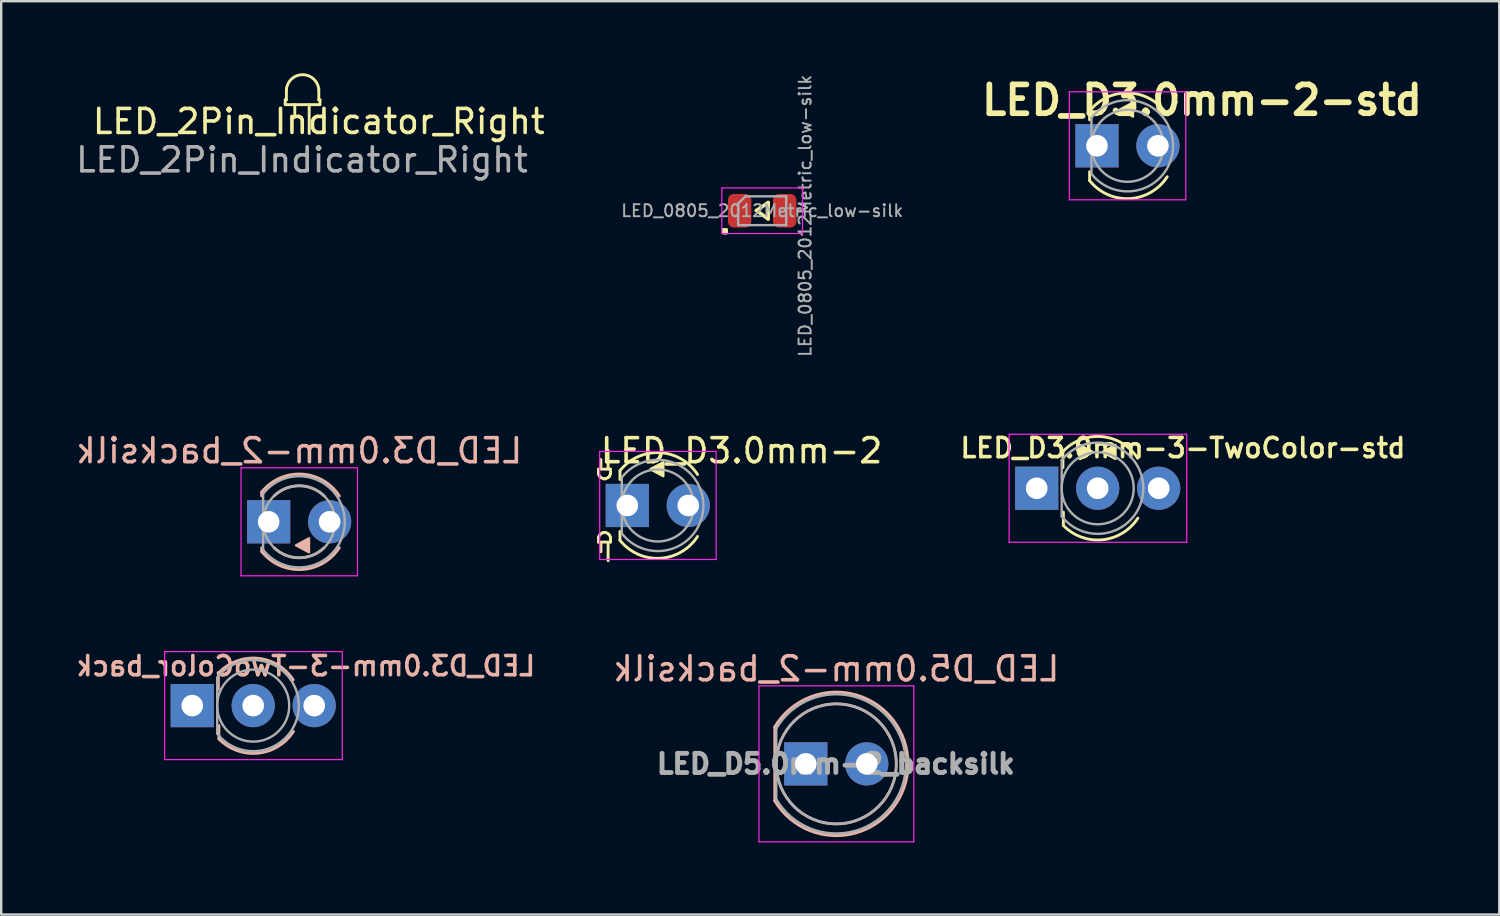
<source format=kicad_pcb>
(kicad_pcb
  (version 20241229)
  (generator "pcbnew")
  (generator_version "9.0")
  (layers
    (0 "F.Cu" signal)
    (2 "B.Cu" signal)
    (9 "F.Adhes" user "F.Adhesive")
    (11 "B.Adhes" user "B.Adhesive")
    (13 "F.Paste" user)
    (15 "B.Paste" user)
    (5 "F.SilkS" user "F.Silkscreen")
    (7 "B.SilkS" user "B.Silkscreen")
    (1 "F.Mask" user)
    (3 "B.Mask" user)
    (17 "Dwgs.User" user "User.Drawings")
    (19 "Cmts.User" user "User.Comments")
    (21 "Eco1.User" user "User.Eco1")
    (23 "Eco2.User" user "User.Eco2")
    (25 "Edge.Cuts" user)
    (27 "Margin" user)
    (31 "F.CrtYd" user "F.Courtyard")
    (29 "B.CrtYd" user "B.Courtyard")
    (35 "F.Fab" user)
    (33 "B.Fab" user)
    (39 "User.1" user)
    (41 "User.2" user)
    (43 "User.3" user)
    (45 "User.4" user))
  (footprint "LED_2Pin_Indicator_Right"
    (layer "F.Cu")
    (at 9.53 1.11)
    (property "Reference" "LED_2Pin_Indicator_Right" (at 0.7 0.9 0) (unlocked yes) (layer "F.SilkS") (effects (font (size 1 1) (thickness 0.15))))
    (fp_line (start -0.7 0.2) (end -0.7 0) (stroke (width 0.12) (type solid)) (layer "F.SilkS"))
    (fp_line (start -0.65 0) (end -0.7 0) (stroke (width 0.12) (type solid)) (layer "F.SilkS"))
    (fp_line (start -0.65 0) (end -0.65 -0.427) (stroke (width 0.12) (type solid)) (layer "F.SilkS"))
    (fp_line (start -0.65 0.2) (end 0.7 0.2) (stroke (width 0.12) (type solid)) (layer "F.SilkS"))
    (fp_line (start -0.3 0.2) (end -0.3 0.6) (stroke (width 0.12) (type solid)) (layer "F.SilkS"))
    (fp_line (start 0.3 1.4) (end 0.3 0.2) (stroke (width 0.12) (type solid)) (layer "F.SilkS"))
    (fp_line (start 0.7 0) (end 0.7 -0.427) (stroke (width 0.12) (type solid)) (layer "F.SilkS"))
    (fp_line (start 0.75 0) (end 0.7 0) (stroke (width 0.12) (type solid)) (layer "F.SilkS"))
    (fp_line (start 0.75 0.2) (end 0.75 0) (stroke (width 0.12) (type solid)) (layer "F.SilkS"))
    (fp_arc (start -0.65 -0.427128) (mid 0.025 -1.05) (end 0.7 -0.427128) (stroke (width 0.12) (type solid)) (layer "F.SilkS"))
    (fp_text user "${REFERENCE}" (at 0 2.5 0) (unlocked yes) (layer "F.Fab") (effects (font (size 1 1) (thickness 0.15)))))
  (footprint "LED_D3.0mm-2_backsilk"
    (layer "F.Cu")
    (at 8.141 18.686)
    (property "Reference" "LED_D3.0mm-2_backsilk" (at 1.27 -2.96 0) (layer "B.SilkS") (effects (font (size 1 1) (thickness 0.15)) (justify mirror)))
    (attr through_hole)
    (fp_line (start -0.29 -1.236) (end -0.29 -1.08) (stroke (width 0.12) (type solid)) (layer "B.SilkS"))
    (fp_line (start -0.29 1.08) (end -0.29 1.236) (stroke (width 0.12) (type solid)) (layer "B.SilkS"))
    (fp_arc (start -0.29 -1.235516) (mid 1.366487 -1.987659) (end 2.942335 -1.078608) (stroke (width 0.12) (type solid)) (layer "B.SilkS"))
    (fp_arc (start 0.229039 -1.08) (mid 1.270117 -1.5) (end 2.31113 -1.079837) (stroke (width 0.12) (type solid)) (layer "B.SilkS"))
    (fp_arc (start 2.31113 1.079837) (mid 1.270117 1.5) (end 0.229039 1.08) (stroke (width 0.12) (type solid)) (layer "B.SilkS"))
    (fp_arc (start 2.942335 1.078608) (mid 1.366487 1.987659) (end -0.29 1.235516) (stroke (width 0.12) (type solid)) (layer "B.SilkS"))
    (fp_poly (pts (xy 1.68 1.27) (xy 1.14 0.98) (xy 1.68 0.69)) (stroke (width 0.1) (type solid)) (fill yes) (layer "B.SilkS"))
    (fp_line (start -1.15 -2.25) (end -1.15 2.25) (stroke (width 0.05) (type solid)) (layer "F.CrtYd"))
    (fp_line (start -1.15 2.25) (end 3.7 2.25) (stroke (width 0.05) (type solid)) (layer "F.CrtYd"))
    (fp_line (start 3.7 -2.25) (end -1.15 -2.25) (stroke (width 0.05) (type solid)) (layer "F.CrtYd"))
    (fp_line (start 3.7 2.25) (end 3.7 -2.25) (stroke (width 0.05) (type solid)) (layer "F.CrtYd"))
    (fp_line (start -0.23 -1.166) (end -0.23 1.166) (stroke (width 0.1) (type solid)) (layer "F.Fab"))
    (fp_arc (start -0.23 -1.16619) (mid 3.17 0.000452) (end -0.230555 1.165476) (stroke (width 0.1) (type solid)) (layer "F.Fab"))
    (fp_circle (center 1.27 0) (end 2.77 0) (stroke (width 0.1) (type solid)) (fill no) (layer "F.Fab"))
    (pad "1" thru_hole rect (at 0 0) (size 1.8 1.8) (drill 0.9) (layers "*.Cu" "*.Mask"))
    (pad "2" thru_hole circle (at 2.54 0) (size 1.8 1.8) (drill 0.9) (layers "*.Cu" "*.Mask")))
  (footprint "LED_D3.0mm-3-TwoColor_back"
    (layer "F.Cu")
    (at 4.958 26.343)
    (property "Reference" "LED_D3.0mm-3-TwoColor_back" (at 4.73 -1.65 0) (layer "B.SilkS") (effects (font (size 0.8 0.8) (thickness 0.15)) (justify mirror)))
    (attr through_hole)
    (fp_line (start 1.09 -1.35) (end 1.09 -0.684) (stroke (width 0.12) (type solid)) (layer "B.SilkS"))
    (fp_line (start 1.11 0.83) (end 1.11 1.386) (stroke (width 0.12) (type solid)) (layer "B.SilkS"))
    (fp_arc (start 1.09 -1.35) (mid 2.71455 -1.973457) (end 4.204447 -1.074531) (stroke (width 0.12) (type solid)) (layer "B.SilkS"))
    (fp_arc (start 4.214042 1.078647) (mid 2.736228 1.981764) (end 1.11 1.386) (stroke (width 0.12) (type solid)) (layer "B.SilkS"))
    (fp_line (start -1.15 -2.25) (end -1.15 2.25) (stroke (width 0.05) (type solid)) (layer "F.CrtYd"))
    (fp_line (start -1.15 2.25) (end 6.25 2.25) (stroke (width 0.05) (type solid)) (layer "F.CrtYd"))
    (fp_line (start 6.25 -2.25) (end -1.15 -2.25) (stroke (width 0.05) (type solid)) (layer "F.CrtYd"))
    (fp_line (start 6.25 2.25) (end 6.25 -2.25) (stroke (width 0.05) (type solid)) (layer "F.CrtYd"))
    (fp_line (start 1.04 -1.166) (end 1.04 1.166) (stroke (width 0.1) (type solid)) (layer "F.Fab"))
    (fp_arc (start 1.04 -1.16619) (mid 4.44 0.000452) (end 1.039445 1.165476) (stroke (width 0.1) (type solid)) (layer "F.Fab"))
    (fp_circle (center 2.54 0) (end 4.04 0) (stroke (width 0.1) (type solid)) (fill no) (layer "F.Fab"))
    (pad "1" thru_hole rect (at 0 0) (size 1.8 1.8) (drill 0.9) (layers "*.Cu" "*.Mask"))
    (pad "2" thru_hole circle (at 2.54 0) (size 1.8 1.8) (drill 0.9) (layers "*.Cu" "*.Mask"))
    (pad "3" thru_hole circle (at 5.08 0) (size 1.8 1.8) (drill 0.9) (layers "*.Cu" "*.Mask")))
  (footprint "LED_0805_2012Metric_low-silk"
    (layer "F.Cu")
    (at 28.699 5.729)
    (property "Reference" "LED_0805_2012Metric_low-silk" (at 1.79 0.21 270) (layer "F.Fab") (effects (font (size 0.5 0.5) (thickness 0.08))))
    (attr smd)
    (fp_line (start -1.6 0.8) (end -1.6 0.91) (stroke (width 0.15) (type solid)) (layer "F.SilkS"))
    (fp_line (start -1.6 0.91) (end -1.5 0.91) (stroke (width 0.15) (type solid)) (layer "F.SilkS"))
    (fp_line (start -1.5 0.8) (end -1.6 0.8) (stroke (width 0.15) (type solid)) (layer "F.SilkS"))
    (fp_line (start -1.5 0.91) (end -1.5 0.8) (stroke (width 0.15) (type solid)) (layer "F.SilkS"))
    (fp_line (start -0.24 -0.01) (end 0.25 0.34) (stroke (width 0.15) (type solid)) (layer "F.SilkS"))
    (fp_line (start 0.25 -0.34) (end -0.24 -0.01) (stroke (width 0.15) (type solid)) (layer "F.SilkS"))
    (fp_line (start 0.25 0.34) (end 0.25 -0.34) (stroke (width 0.15) (type solid)) (layer "F.SilkS"))
    (fp_line (start -1.68 -0.95) (end 1.68 -0.95) (stroke (width 0.05) (type solid)) (layer "F.CrtYd"))
    (fp_line (start -1.68 0.95) (end -1.68 -0.95) (stroke (width 0.05) (type solid)) (layer "F.CrtYd"))
    (fp_line (start 1.68 -0.95) (end 1.68 0.95) (stroke (width 0.05) (type solid)) (layer "F.CrtYd"))
    (fp_line (start 1.68 0.95) (end -1.68 0.95) (stroke (width 0.05) (type solid)) (layer "F.CrtYd"))
    (fp_line (start -1 -0.3) (end -1 0.6) (stroke (width 0.1) (type solid)) (layer "F.Fab"))
    (fp_line (start -1 0.6) (end 1 0.6) (stroke (width 0.1) (type solid)) (layer "F.Fab"))
    (fp_line (start -0.7 -0.6) (end -1 -0.3) (stroke (width 0.1) (type solid)) (layer "F.Fab"))
    (fp_line (start 1 -0.6) (end -0.7 -0.6) (stroke (width 0.1) (type solid)) (layer "F.Fab"))
    (fp_line (start 1 0.6) (end 1 -0.6) (stroke (width 0.1) (type solid)) (layer "F.Fab"))
    (fp_text user "${REFERENCE}" (at 0 0 0) (layer "F.Fab") (effects (font (size 0.5 0.5) (thickness 0.08))))
    (pad "1" smd roundrect (at -0.938 0) (size 0.975 1.4) (layers "F.Cu" "F.Mask" "F.Paste") (roundrect_rratio 0.25))
    (pad "2" smd roundrect (at 0.938 0) (size 0.975 1.4) (layers "F.Cu" "F.Mask" "F.Paste") (roundrect_rratio 0.25)))
  (footprint "LED_D3.0mm-3-TwoColor-std"
    (layer "F.Cu")
    (at 40.136 17.289)
    (property "Reference" "LED_D3.0mm-3-TwoColor-std" (at 6.09 -1.68 0) (layer "F.SilkS") (effects (font (size 0.8 0.8) (thickness 0.15))))
    (attr through_hole)
    (fp_line (start 1.09 -1.527) (end 1.09 -0.861) (stroke (width 0.12) (type solid)) (layer "F.SilkS"))
    (fp_line (start 1.11 0.994) (end 1.11 1.55) (stroke (width 0.12) (type solid)) (layer "F.SilkS"))
    (fp_arc (start 1.09 -1.52658) (mid 2.714972 -2.15) (end 4.204906 -1.250399) (stroke (width 0.12) (type solid)) (layer "F.SilkS"))
    (fp_arc (start 4.213559 1.243397) (mid 2.735785 2.145809) (end 1.11 1.55) (stroke (width 0.12) (type solid)) (layer "F.SilkS"))
    (fp_poly (pts (xy 1.8 -1.216) (xy 2.34 -1.506) (xy 1.8 -1.796)) (stroke (width 0.1) (type solid)) (fill yes) (layer "F.SilkS"))
    (fp_poly (pts (xy 3.282 -1.221) (xy 2.742 -1.511) (xy 3.282 -1.801)) (stroke (width 0.1) (type solid)) (fill yes) (layer "F.SilkS"))
    (fp_line (start -1.15 -2.25) (end -1.15 2.25) (stroke (width 0.05) (type solid)) (layer "F.CrtYd"))
    (fp_line (start -1.15 2.25) (end 6.25 2.25) (stroke (width 0.05) (type solid)) (layer "F.CrtYd"))
    (fp_line (start 6.25 -2.25) (end -1.15 -2.25) (stroke (width 0.05) (type solid)) (layer "F.CrtYd"))
    (fp_line (start 6.25 2.25) (end 6.25 -2.25) (stroke (width 0.05) (type solid)) (layer "F.CrtYd"))
    (fp_line (start 1.04 -1.166) (end 1.04 1.166) (stroke (width 0.1) (type solid)) (layer "F.Fab"))
    (fp_arc (start 1.04 -1.16619) (mid 4.44 0.000452) (end 1.039445 1.165476) (stroke (width 0.1) (type solid)) (layer "F.Fab"))
    (fp_circle (center 2.54 0) (end 4.04 0) (stroke (width 0.1) (type solid)) (fill no) (layer "F.Fab"))
    (pad "1" thru_hole rect (at 0 0) (size 1.8 1.8) (drill 0.9) (layers "*.Cu" "*.Mask"))
    (pad "2" thru_hole circle (at 2.54 0) (size 1.8 1.8) (drill 0.9) (layers "*.Cu" "*.Mask"))
    (pad "3" thru_hole circle (at 5.08 0) (size 1.8 1.8) (drill 0.9) (layers "*.Cu" "*.Mask")))
  (footprint "LED_D3.0mm-2"
    (layer "F.Cu")
    (at 23.081 18.006)
    (property "Reference" "LED_D3.0mm-2" (at 4.76 -2.28 0) (layer "F.SilkS") (effects (font (size 1 1) (thickness 0.15))))
    (attr through_hole)
    (fp_line (start -1.2 -1.512) (end -0.7 -1.512) (stroke (width 0.12) (type solid)) (layer "F.SilkS"))
    (fp_line (start -1.2 -1.312) (end -1.2 -1.512) (stroke (width 0.12) (type solid)) (layer "F.SilkS"))
    (fp_line (start -1.2 1.325) (end -1.2 1.525) (stroke (width 0.12) (type solid)) (layer "F.SilkS"))
    (fp_line (start -1.2 1.525) (end -0.7 1.525) (stroke (width 0.12) (type solid)) (layer "F.SilkS"))
    (fp_line (start -1.15 -1.212) (end -1.2 -1.312) (stroke (width 0.12) (type solid)) (layer "F.SilkS"))
    (fp_line (start -1.15 1.225) (end -1.2 1.325) (stroke (width 0.12) (type solid)) (layer "F.SilkS"))
    (fp_line (start -1.1 -1.913) (end -1.1 -1.562) (stroke (width 0.12) (type solid)) (layer "F.SilkS"))
    (fp_line (start -1.1 -1.163) (end -1.15 -1.212) (stroke (width 0.12) (type solid)) (layer "F.SilkS"))
    (fp_line (start -1.1 1.175) (end -1.15 1.225) (stroke (width 0.12) (type solid)) (layer "F.SilkS"))
    (fp_line (start -1.1 1.925) (end -1.1 1.575) (stroke (width 0.12) (type solid)) (layer "F.SilkS"))
    (fp_line (start -1 -1.113) (end -1.1 -1.163) (stroke (width 0.12) (type solid)) (layer "F.SilkS"))
    (fp_line (start -1 1.125) (end -1.1 1.175) (stroke (width 0.12) (type solid)) (layer "F.SilkS"))
    (fp_line (start -0.95 -1.113) (end -1 -1.113) (stroke (width 0.12) (type solid)) (layer "F.SilkS"))
    (fp_line (start -0.95 -1.113) (end -0.9 -1.113) (stroke (width 0.12) (type solid)) (layer "F.SilkS"))
    (fp_line (start -0.95 1.125) (end -1 1.125) (stroke (width 0.12) (type solid)) (layer "F.SilkS"))
    (fp_line (start -0.95 1.125) (end -0.9 1.125) (stroke (width 0.12) (type solid)) (layer "F.SilkS"))
    (fp_line (start -0.9 -1.113) (end -0.8 -1.163) (stroke (width 0.12) (type solid)) (layer "F.SilkS"))
    (fp_line (start -0.9 1.125) (end -0.8 1.175) (stroke (width 0.12) (type solid)) (layer "F.SilkS"))
    (fp_line (start -0.8 -2.288) (end -0.8 -1.562) (stroke (width 0.12) (type solid)) (layer "F.SilkS"))
    (fp_line (start -0.8 -1.163) (end -0.75 -1.212) (stroke (width 0.12) (type solid)) (layer "F.SilkS"))
    (fp_line (start -0.8 1.175) (end -0.75 1.225) (stroke (width 0.12) (type solid)) (layer "F.SilkS"))
    (fp_line (start -0.8 2.3) (end -0.8 1.575) (stroke (width 0.12) (type solid)) (layer "F.SilkS"))
    (fp_line (start -0.75 -1.212) (end -0.7 -1.312) (stroke (width 0.12) (type solid)) (layer "F.SilkS"))
    (fp_line (start -0.75 1.225) (end -0.7 1.325) (stroke (width 0.12) (type solid)) (layer "F.SilkS"))
    (fp_line (start -0.7 -1.312) (end -0.7 -1.512) (stroke (width 0.12) (type solid)) (layer "F.SilkS"))
    (fp_line (start -0.7 1.325) (end -0.7 1.525) (stroke (width 0.12) (type solid)) (layer "F.SilkS"))
    (fp_line (start -0.306 -1.448) (end -0.306 -1.08) (stroke (width 0.12) (type solid)) (layer "F.SilkS"))
    (fp_line (start -0.306 1.08) (end -0.306 1.448) (stroke (width 0.12) (type solid)) (layer "F.SilkS"))
    (fp_arc (start -0.306487 -1.447857) (mid 1.35 -2.2) (end 2.925848 -1.290949) (stroke (width 0.12) (type solid)) (layer "F.SilkS"))
    (fp_arc (start 2.925848 1.290949) (mid 1.35 2.2) (end -0.306487 1.447857) (stroke (width 0.12) (type solid)) (layer "F.SilkS"))
    (fp_poly (pts (xy 1.5 -1.22) (xy 0.96 -1.51) (xy 1.5 -1.8)) (stroke (width 0.1) (type solid)) (fill yes) (layer "F.SilkS"))
    (fp_line (start -1.15 -2.25) (end -1.15 2.25) (stroke (width 0.05) (type solid)) (layer "F.CrtYd"))
    (fp_line (start -1.15 2.25) (end 3.7 2.25) (stroke (width 0.05) (type solid)) (layer "F.CrtYd"))
    (fp_line (start 3.7 -2.25) (end -1.15 -2.25) (stroke (width 0.05) (type solid)) (layer "F.CrtYd"))
    (fp_line (start 3.7 2.25) (end 3.7 -2.25) (stroke (width 0.05) (type solid)) (layer "F.CrtYd"))
    (fp_line (start -0.23 -1.166) (end -0.23 1.166) (stroke (width 0.1) (type solid)) (layer "F.Fab"))
    (fp_arc (start -0.23 -1.16619) (mid 3.17 0.000452) (end -0.230555 1.165476) (stroke (width 0.1) (type solid)) (layer "F.Fab"))
    (fp_circle (center 1.27 0) (end 2.77 0) (stroke (width 0.1) (type solid)) (fill no) (layer "F.Fab"))
    (pad "1" thru_hole rect (at 0 0) (size 1.8 1.8) (drill 0.9) (layers "*.Cu" "*.Mask"))
    (pad "2" thru_hole circle (at 2.54 0) (size 1.8 1.8) (drill 0.9) (layers "*.Cu" "*.Mask")))
  (footprint "LED_D5.0mm-2_backsilk"
    (layer "F.Cu")
    (at 30.516 28.77)
    (property "Reference" "LED_D5.0mm-2_backsilk" (at 1.27 -3.96 0) (layer "B.SilkS") (effects (font (size 1 1) (thickness 0.15)) (justify mirror)))
    (attr through_hole)
    (fp_line (start -1.29 -1.545) (end -1.29 1.545) (stroke (width 0.12) (type solid)) (layer "B.SilkS"))
    (fp_arc (start -1.29 -1.54483) (mid 2.072002 -2.880433) (end 4.26 0.000462) (stroke (width 0.12) (type solid)) (layer "B.SilkS"))
    (fp_arc (start 4.26 -0.000462) (mid 2.072002 2.880433) (end -1.29 1.54483) (stroke (width 0.12) (type solid)) (layer "B.SilkS"))
    (fp_circle (center 1.27 0) (end 3.77 0) (stroke (width 0.12) (type solid)) (fill no) (layer "B.SilkS"))
    (fp_line (start -1.95 -3.25) (end -1.95 3.25) (stroke (width 0.05) (type solid)) (layer "F.CrtYd"))
    (fp_line (start -1.95 3.25) (end 4.5 3.25) (stroke (width 0.05) (type solid)) (layer "F.CrtYd"))
    (fp_line (start 4.5 -3.25) (end -1.95 -3.25) (stroke (width 0.05) (type solid)) (layer "F.CrtYd"))
    (fp_line (start 4.5 3.25) (end 4.5 -3.25) (stroke (width 0.05) (type solid)) (layer "F.CrtYd"))
    (fp_line (start -1.23 -1.47) (end -1.23 1.47) (stroke (width 0.1) (type solid)) (layer "F.Fab"))
    (fp_arc (start -1.23 -1.469694) (mid 4.17 0.000016) (end -1.230016 1.469666) (stroke (width 0.1) (type solid)) (layer "F.Fab"))
    (fp_circle (center 1.27 0) (end 3.77 0) (stroke (width 0.1) (type solid)) (fill no) (layer "F.Fab"))
    (fp_text user "${REFERENCE}" (at 1.25 0 0) (layer "F.Fab") (effects (font (size 0.8 0.8) (thickness 0.2))))
    (pad "1" thru_hole rect (at 0 0) (size 1.8 1.8) (drill 0.9) (layers "*.Cu" "*.Mask"))
    (pad "2" thru_hole circle (at 2.54 0) (size 1.8 1.8) (drill 0.9) (layers "*.Cu" "*.Mask")))
  (footprint "LED_D3.0mm-2-std"
    (layer "F.Cu")
    (at 42.645 3.023)
    (property "Reference" "LED_D3.0mm-2-std" (at 4.375 -1.9 0) (layer "F.SilkS") (effects (font (size 1.2 1.2) (thickness 0.24))))
    (attr through_hole)
    (fp_line (start -0.306 -1.448) (end -0.306 -1.08) (stroke (width 0.12) (type solid)) (layer "F.SilkS"))
    (fp_line (start -0.306 1.08) (end -0.306 1.448) (stroke (width 0.12) (type solid)) (layer "F.SilkS"))
    (fp_arc (start -0.306487 -1.447857) (mid 1.35 -2.2) (end 2.925848 -1.290949) (stroke (width 0.12) (type solid)) (layer "F.SilkS"))
    (fp_arc (start 2.925848 1.290949) (mid 1.35 2.2) (end -0.306487 1.447857) (stroke (width 0.12) (type solid)) (layer "F.SilkS"))
    (fp_poly (pts (xy 1.5 -1.22) (xy 0.96 -1.51) (xy 1.5 -1.8)) (stroke (width 0.1) (type solid)) (fill yes) (layer "F.SilkS"))
    (fp_line (start -1.15 -2.25) (end -1.15 2.25) (stroke (width 0.05) (type solid)) (layer "F.CrtYd"))
    (fp_line (start -1.15 2.25) (end 3.7 2.25) (stroke (width 0.05) (type solid)) (layer "F.CrtYd"))
    (fp_line (start 3.7 -2.25) (end -1.15 -2.25) (stroke (width 0.05) (type solid)) (layer "F.CrtYd"))
    (fp_line (start 3.7 2.25) (end 3.7 -2.25) (stroke (width 0.05) (type solid)) (layer "F.CrtYd"))
    (fp_line (start -0.23 -1.166) (end -0.23 1.166) (stroke (width 0.1) (type solid)) (layer "F.Fab"))
    (fp_arc (start -0.23 -1.16619) (mid 3.17 0.000452) (end -0.230555 1.165476) (stroke (width 0.1) (type solid)) (layer "F.Fab"))
    (fp_circle (center 1.27 0) (end 2.77 0) (stroke (width 0.1) (type solid)) (fill no) (layer "F.Fab"))
    (pad "1" thru_hole rect (at 0 0) (size 1.8 1.8) (drill 0.9) (layers "*.Cu" "*.Mask"))
    (pad "2" thru_hole circle (at 2.54 0) (size 1.8 1.8) (drill 0.9) (layers "*.Cu" "*.Mask")))
  (gr_rect
    (start -3 -3)
    (end 59.403 35.045)
    (stroke (width 0.1) (type default))
    (fill no)
    (layer "Edge.Cuts")))
</source>
